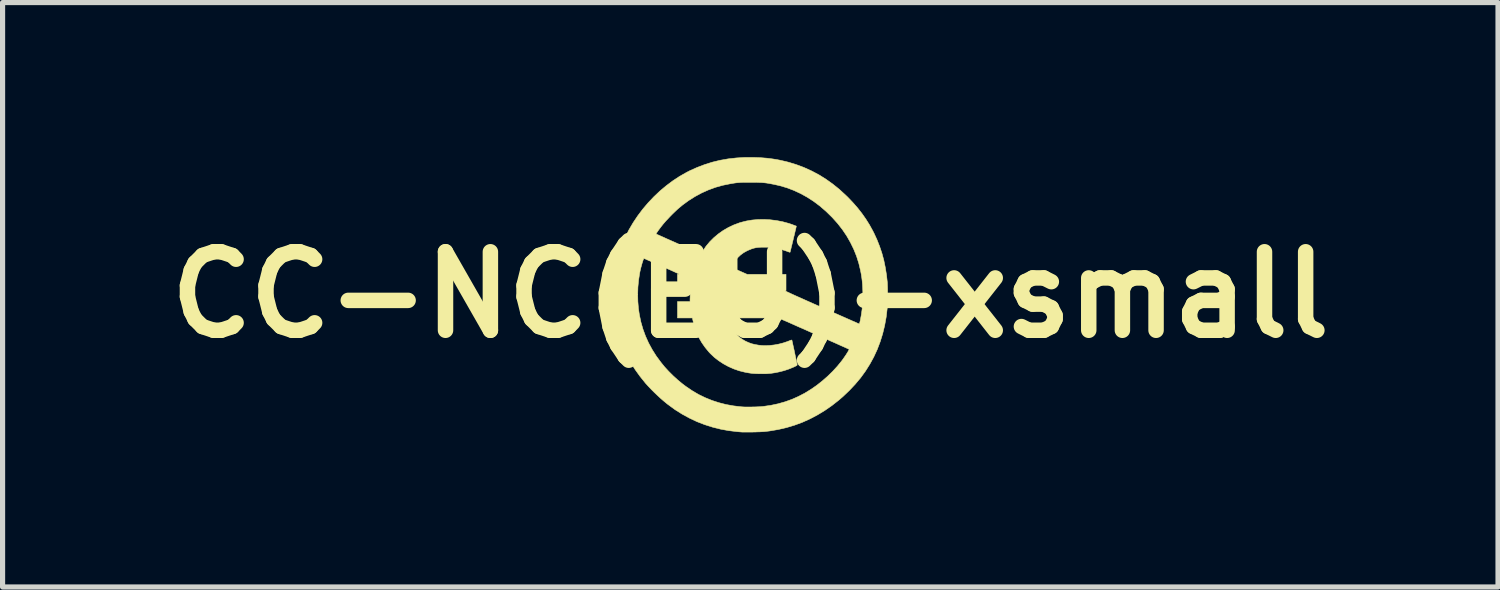
<source format=kicad_pcb>
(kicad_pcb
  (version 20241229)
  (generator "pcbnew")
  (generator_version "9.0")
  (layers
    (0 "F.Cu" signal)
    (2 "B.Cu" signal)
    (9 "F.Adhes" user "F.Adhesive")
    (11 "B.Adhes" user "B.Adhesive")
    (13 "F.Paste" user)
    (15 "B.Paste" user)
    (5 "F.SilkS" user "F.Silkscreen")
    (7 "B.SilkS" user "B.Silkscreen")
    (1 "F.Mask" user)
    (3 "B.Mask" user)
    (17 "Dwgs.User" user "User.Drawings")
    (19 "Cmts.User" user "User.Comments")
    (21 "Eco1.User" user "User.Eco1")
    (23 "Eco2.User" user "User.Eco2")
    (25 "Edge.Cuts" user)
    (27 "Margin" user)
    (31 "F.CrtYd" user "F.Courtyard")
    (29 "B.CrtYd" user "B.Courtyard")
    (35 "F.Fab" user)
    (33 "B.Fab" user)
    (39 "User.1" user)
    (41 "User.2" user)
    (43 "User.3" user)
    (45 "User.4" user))
  (footprint "CC-NC(EU)-xsmall"
    (layer "F.Cu")
    (at 11.51 2.67)
    (property "Reference" "CC-NC(EU)-xsmall" (at 0 0 0) (layer "F.SilkS") (effects (font (size 1.524 1.524) (thickness 0.3))))
    (attr through_hole)
    (fp_poly (pts (xy 0.197 -2.66) (xy 0.325 -2.65) (xy 0.448 -2.634) (xy 0.568 -2.613) (xy 0.686 -2.586) (xy 0.742 -2.572) (xy 0.897 -2.524) (xy 1.046 -2.468) (xy 1.191 -2.402) (xy 1.331 -2.328) (xy 1.466 -2.244) (xy 1.598 -2.15) (xy 1.726 -2.047) (xy 1.85 -1.933) (xy 1.89 -1.895) (xy 1.99 -1.79) (xy 2.082 -1.685) (xy 2.165 -1.579) (xy 2.241 -1.471) (xy 2.312 -1.358) (xy 2.377 -1.24) (xy 2.4 -1.195) (xy 2.458 -1.069) (xy 2.509 -0.94) (xy 2.553 -0.809) (xy 2.59 -0.674) (xy 2.619 -0.533) (xy 2.643 -0.385) (xy 2.657 -0.259) (xy 2.66 -0.23) (xy 2.661 -0.191) (xy 2.663 -0.146) (xy 2.664 -0.096) (xy 2.664 -0.042) (xy 2.664 0.013) (xy 2.664 0.068) (xy 2.663 0.121) (xy 2.662 0.169) (xy 2.661 0.212) (xy 2.659 0.248) (xy 2.657 0.262) (xy 2.637 0.432) (xy 2.607 0.598) (xy 2.568 0.758) (xy 2.52 0.912) (xy 2.463 1.062) (xy 2.396 1.207) (xy 2.32 1.346) (xy 2.235 1.481) (xy 2.14 1.612) (xy 2.035 1.737) (xy 1.921 1.858) (xy 1.798 1.975) (xy 1.717 2.045) (xy 1.582 2.151) (xy 1.445 2.246) (xy 1.303 2.332) (xy 1.159 2.408) (xy 1.01 2.475) (xy 0.858 2.531) (xy 0.702 2.578) (xy 0.541 2.615) (xy 0.376 2.643) (xy 0.283 2.654) (xy 0.26 2.656) (xy 0.228 2.658) (xy 0.19 2.66) (xy 0.148 2.661) (xy 0.102 2.663) (xy 0.054 2.664) (xy 0.007 2.665) (xy -0.038 2.665) (xy -0.079 2.665) (xy -0.115 2.665) (xy -0.143 2.665) (xy -0.163 2.664) (xy -0.164 2.664) (xy -0.179 2.663) (xy -0.201 2.661) (xy -0.227 2.659) (xy -0.256 2.656) (xy -0.257 2.656) (xy -0.417 2.637) (xy -0.576 2.608) (xy -0.732 2.569) (xy -0.886 2.52) (xy -1.036 2.462) (xy -1.182 2.393) (xy -1.323 2.316) (xy -1.46 2.23) (xy -1.591 2.134) (xy -1.611 2.119) (xy -1.672 2.069) (xy -1.736 2.014) (xy -1.8 1.955) (xy -1.863 1.895) (xy -1.923 1.835) (xy -1.979 1.776) (xy -2.028 1.722) (xy -2.039 1.709) (xy -2.141 1.582) (xy -2.233 1.454) (xy -2.315 1.325) (xy -2.388 1.193) (xy -2.452 1.059) (xy -2.508 0.92) (xy -2.53 0.858) (xy -2.576 0.709) (xy -2.612 0.558) (xy -2.639 0.403) (xy -2.657 0.245) (xy -2.665 0.082) (xy -2.665 -0.009) (xy -2.185 -0.009) (xy -2.182 0.129) (xy -2.171 0.265) (xy -2.153 0.386) (xy -2.123 0.529) (xy -2.083 0.668) (xy -2.033 0.804) (xy -1.974 0.935) (xy -1.904 1.064) (xy -1.825 1.189) (xy -1.735 1.311) (xy -1.663 1.4) (xy -1.585 1.485) (xy -1.501 1.569) (xy -1.412 1.65) (xy -1.322 1.725) (xy -1.249 1.78) (xy -1.128 1.862) (xy -1.004 1.935) (xy -0.876 1.997) (xy -0.746 2.05) (xy -0.611 2.094) (xy -0.471 2.13) (xy -0.326 2.156) (xy -0.175 2.174) (xy -0.159 2.175) (xy -0.129 2.177) (xy -0.09 2.178) (xy -0.046 2.178) (xy 0.003 2.178) (xy 0.053 2.177) (xy 0.103 2.176) (xy 0.151 2.174) (xy 0.194 2.172) (xy 0.23 2.169) (xy 0.249 2.167) (xy 0.397 2.146) (xy 0.538 2.116) (xy 0.675 2.077) (xy 0.807 2.03) (xy 0.935 1.973) (xy 1.061 1.907) (xy 1.183 1.832) (xy 1.292 1.756) (xy 1.399 1.671) (xy 1.502 1.581) (xy 1.6 1.485) (xy 1.691 1.386) (xy 1.773 1.285) (xy 1.79 1.262) (xy 1.811 1.233) (xy 1.832 1.202) (xy 1.853 1.172) (xy 1.872 1.142) (xy 1.889 1.115) (xy 1.902 1.092) (xy 1.912 1.074) (xy 1.917 1.062) (xy 1.917 1.058) (xy 1.912 1.055) (xy 1.897 1.048) (xy 1.874 1.038) (xy 1.842 1.023) (xy 1.801 1.005) (xy 1.753 0.984) (xy 1.698 0.959) (xy 1.636 0.931) (xy 1.567 0.901) (xy 1.492 0.867) (xy 1.412 0.832) (xy 1.325 0.793) (xy 1.234 0.753) (xy 1.139 0.711) (xy 1.039 0.666) (xy 0.935 0.621) (xy 0.828 0.573) (xy 0.718 0.524) (xy 0.643 0.492) (xy 0.549 0.45) (xy -0.425 0.45) (xy -0.421 0.468) (xy -0.416 0.49) (xy -0.407 0.518) (xy -0.396 0.55) (xy -0.384 0.582) (xy -0.372 0.611) (xy -0.365 0.627) (xy -0.326 0.696) (xy -0.279 0.758) (xy -0.224 0.813) (xy -0.162 0.861) (xy -0.092 0.902) (xy -0.087 0.904) (xy -0.029 0.93) (xy 0.03 0.951) (xy 0.093 0.966) (xy 0.161 0.978) (xy 0.225 0.985) (xy 0.301 0.987) (xy 0.383 0.983) (xy 0.469 0.973) (xy 0.555 0.957) (xy 0.64 0.935) (xy 0.721 0.908) (xy 0.756 0.894) (xy 0.781 0.884) (xy 0.798 0.879) (xy 0.806 0.879) (xy 0.807 0.88) (xy 0.809 0.887) (xy 0.812 0.903) (xy 0.818 0.927) (xy 0.824 0.957) (xy 0.832 0.993) (xy 0.841 1.032) (xy 0.85 1.074) (xy 0.859 1.117) (xy 0.868 1.161) (xy 0.877 1.203) (xy 0.886 1.243) (xy 0.893 1.279) (xy 0.9 1.31) (xy 0.905 1.335) (xy 0.908 1.353) (xy 0.91 1.362) (xy 0.91 1.362) (xy 0.905 1.369) (xy 0.892 1.378) (xy 0.871 1.389) (xy 0.844 1.402) (xy 0.812 1.415) (xy 0.777 1.43) (xy 0.74 1.444) (xy 0.702 1.457) (xy 0.665 1.469) (xy 0.649 1.474) (xy 0.563 1.496) (xy 0.481 1.513) (xy 0.398 1.525) (xy 0.314 1.532) (xy 0.223 1.533) (xy 0.177 1.533) (xy 0.124 1.531) (xy 0.079 1.529) (xy 0.038 1.526) (xy 0.00002 1.521) (xy -0.039 1.515) (xy -0.082 1.507) (xy -0.108 1.502) (xy -0.216 1.475) (xy -0.322 1.438) (xy -0.424 1.393) (xy -0.521 1.34) (xy -0.613 1.28) (xy -0.699 1.213) (xy -0.776 1.14) (xy -0.803 1.111) (xy -0.877 1.021) (xy -0.942 0.928) (xy -0.998 0.831) (xy -1.044 0.729) (xy -1.082 0.622) (xy -1.111 0.508) (xy -1.117 0.48) (xy -1.123 0.45) (xy -1.413 0.45) (xy -1.413 0.132) (xy -1.169 0.132) (xy -1.169 0.102) (xy -1.169 0.085) (xy -1.168 0.061) (xy -1.167 0.032) (xy -1.166 0.002) (xy -1.166 -0.004) (xy -1.163 -0.079) (xy -1.413 -0.079) (xy -1.413 -0.396) (xy -1.391 -0.398) (xy -1.387 -0.399) (xy -1.386 -0.4) (xy -1.388 -0.402) (xy -1.393 -0.406) (xy -1.403 -0.411) (xy -1.417 -0.419) (xy -1.437 -0.428) (xy -1.463 -0.44) (xy -1.495 -0.455) (xy -1.535 -0.473) (xy -1.582 -0.494) (xy -1.638 -0.518) (xy -1.703 -0.547) (xy -1.712 -0.551) (xy -1.769 -0.576) (xy -1.823 -0.6) (xy -1.874 -0.623) (xy -1.92 -0.643) (xy -1.961 -0.661) (xy -1.997 -0.676) (xy -2.025 -0.689) (xy -2.046 -0.698) (xy -2.059 -0.703) (xy -2.063 -0.705) (xy -2.068 -0.701) (xy -2.074 -0.688) (xy -2.082 -0.667) (xy -2.091 -0.639) (xy -2.101 -0.607) (xy -2.111 -0.57) (xy -2.122 -0.531) (xy -2.132 -0.49) (xy -2.141 -0.45) (xy -2.148 -0.413) (xy -2.168 -0.282) (xy -2.181 -0.147) (xy -2.185 -0.009) (xy -2.665 -0.009) (xy -2.665 -0.061) (xy -2.659 -0.215) (xy -2.645 -0.362) (xy -2.623 -0.504) (xy -2.594 -0.642) (xy -2.557 -0.779) (xy -2.511 -0.915) (xy -2.489 -0.974) (xy -2.427 -1.118) (xy -2.395 -1.18) (xy -1.827 -1.18) (xy -1.822 -1.177) (xy -1.808 -1.17) (xy -1.785 -1.16) (xy -1.756 -1.147) (xy -1.72 -1.131) (xy -1.679 -1.113) (xy -1.634 -1.092) (xy -1.584 -1.07) (xy -1.532 -1.047) (xy -1.477 -1.023) (xy -1.422 -0.998) (xy -1.365 -0.973) (xy -1.309 -0.949) (xy -1.255 -0.925) (xy -1.202 -0.902) (xy -1.153 -0.88) (xy -1.107 -0.86) (xy -1.065 -0.842) (xy -1.029 -0.826) (xy -0.999 -0.813) (xy -0.977 -0.803) (xy -0.962 -0.797) (xy -0.956 -0.795) (xy -0.955 -0.795) (xy -0.952 -0.8) (xy -0.945 -0.812) (xy -0.934 -0.829) (xy -0.923 -0.846) (xy -0.86 -0.94) (xy -0.788 -1.027) (xy -0.708 -1.107) (xy -0.621 -1.18) (xy -0.528 -1.246) (xy -0.428 -1.304) (xy -0.323 -1.354) (xy -0.213 -1.395) (xy -0.184 -1.404) (xy -0.078 -1.431) (xy 0.034 -1.45) (xy 0.15 -1.46) (xy 0.269 -1.462) (xy 0.388 -1.455) (xy 0.509 -1.44) (xy 0.628 -1.417) (xy 0.735 -1.388) (xy 0.756 -1.382) (xy 0.782 -1.373) (xy 0.808 -1.364) (xy 0.835 -1.354) (xy 0.858 -1.345) (xy 0.877 -1.338) (xy 0.89 -1.333) (xy 0.893 -1.331) (xy 0.892 -1.326) (xy 0.889 -1.311) (xy 0.884 -1.289) (xy 0.877 -1.261) (xy 0.869 -1.226) (xy 0.86 -1.188) (xy 0.85 -1.146) (xy 0.839 -1.103) (xy 0.829 -1.059) (xy 0.818 -1.015) (xy 0.808 -0.973) (xy 0.798 -0.934) (xy 0.79 -0.899) (xy 0.783 -0.87) (xy 0.777 -0.846) (xy 0.773 -0.831) (xy 0.771 -0.825) (xy 0.766 -0.825) (xy 0.753 -0.829) (xy 0.735 -0.835) (xy 0.722 -0.84) (xy 0.665 -0.86) (xy 0.6 -0.879) (xy 0.533 -0.896) (xy 0.477 -0.909) (xy 0.452 -0.913) (xy 0.43 -0.917) (xy 0.408 -0.919) (xy 0.386 -0.921) (xy 0.359 -0.922) (xy 0.327 -0.923) (xy 0.286 -0.923) (xy 0.283 -0.923) (xy 0.233 -0.923) (xy 0.192 -0.922) (xy 0.156 -0.919) (xy 0.125 -0.916) (xy 0.095 -0.91) (xy 0.065 -0.903) (xy 0.033 -0.893) (xy 0.019 -0.888) (xy -0.056 -0.857) (xy -0.127 -0.818) (xy -0.191 -0.771) (xy -0.249 -0.716) (xy -0.299 -0.654) (xy -0.341 -0.586) (xy -0.351 -0.568) (xy -0.359 -0.551) (xy -0.363 -0.538) (xy -0.365 -0.532) (xy -0.364 -0.532) (xy -0.359 -0.529) (xy -0.345 -0.523) (xy -0.324 -0.513) (xy -0.297 -0.501) (xy -0.265 -0.486) (xy -0.229 -0.47) (xy -0.212 -0.463) (xy -0.063 -0.397) (xy 0.693 -0.397) (xy 0.693 -0.08) (xy 0.676 -0.078) (xy 0.676 -0.077) (xy 0.68 -0.074) (xy 0.688 -0.07) (xy 0.702 -0.063) (xy 0.721 -0.053) (xy 0.746 -0.042) (xy 0.777 -0.027) (xy 0.814 -0.01) (xy 0.858 0.01) (xy 0.909 0.033) (xy 0.968 0.059) (xy 1.035 0.089) (xy 1.11 0.123) (xy 1.194 0.16) (xy 1.286 0.201) (xy 1.384 0.244) (xy 1.467 0.281) (xy 1.548 0.317) (xy 1.625 0.351) (xy 1.698 0.383) (xy 1.768 0.414) (xy 1.832 0.442) (xy 1.892 0.469) (xy 1.945 0.492) (xy 1.992 0.513) (xy 2.033 0.53) (xy 2.065 0.545) (xy 2.09 0.556) (xy 2.107 0.563) (xy 2.114 0.566) (xy 2.114 0.566) (xy 2.117 0.561) (xy 2.122 0.548) (xy 2.127 0.528) (xy 2.133 0.504) (xy 2.134 0.499) (xy 2.155 0.387) (xy 2.17 0.279) (xy 2.18 0.171) (xy 2.184 0.061) (xy 2.184 -0.056) (xy 2.181 -0.134) (xy 2.177 -0.204) (xy 2.171 -0.27) (xy 2.163 -0.334) (xy 2.153 -0.399) (xy 2.14 -0.466) (xy 2.106 -0.609) (xy 2.062 -0.748) (xy 2.008 -0.883) (xy 1.944 -1.014) (xy 1.871 -1.142) (xy 1.788 -1.265) (xy 1.695 -1.384) (xy 1.592 -1.499) (xy 1.48 -1.609) (xy 1.465 -1.623) (xy 1.349 -1.723) (xy 1.229 -1.813) (xy 1.105 -1.893) (xy 0.979 -1.963) (xy 0.848 -2.024) (xy 0.714 -2.075) (xy 0.575 -2.116) (xy 0.46 -2.142) (xy 0.408 -2.152) (xy 0.36 -2.161) (xy 0.316 -2.168) (xy 0.273 -2.173) (xy 0.229 -2.177) (xy 0.182 -2.179) (xy 0.131 -2.181) (xy 0.073 -2.182) (xy 0.007 -2.182) (xy 0.003 -2.182) (xy -0.055 -2.182) (xy -0.104 -2.182) (xy -0.146 -2.181) (xy -0.183 -2.18) (xy -0.217 -2.177) (xy -0.249 -2.175) (xy -0.283 -2.171) (xy -0.318 -2.166) (xy -0.358 -2.159) (xy -0.394 -2.153) (xy -0.537 -2.124) (xy -0.676 -2.085) (xy -0.812 -2.035) (xy -0.944 -1.976) (xy -1.072 -1.907) (xy -1.196 -1.829) (xy -1.316 -1.741) (xy -1.406 -1.666) (xy -1.439 -1.635) (xy -1.477 -1.599) (xy -1.518 -1.559) (xy -1.56 -1.516) (xy -1.6 -1.473) (xy -1.638 -1.433) (xy -1.67 -1.396) (xy -1.684 -1.38) (xy -1.708 -1.35) (xy -1.732 -1.32) (xy -1.755 -1.289) (xy -1.776 -1.261) (xy -1.795 -1.234) (xy -1.81 -1.212) (xy -1.821 -1.195) (xy -1.827 -1.183) (xy -1.827 -1.18) (xy -2.395 -1.18) (xy -2.355 -1.26) (xy -2.274 -1.398) (xy -2.185 -1.531) (xy -2.088 -1.66) (xy -1.983 -1.784) (xy -1.872 -1.901) (xy -1.755 -2.012) (xy -1.632 -2.115) (xy -1.504 -2.211) (xy -1.372 -2.298) (xy -1.236 -2.375) (xy -1.172 -2.408) (xy -1.029 -2.472) (xy -0.884 -2.527) (xy -0.737 -2.573) (xy -0.585 -2.61) (xy -0.431 -2.637) (xy -0.271 -2.655) (xy -0.107 -2.665) (xy 0.061 -2.665) (xy 0.197 -2.66)) (stroke (width 0.01) (type solid)) (fill yes) (layer "F.SilkS")))
  (gr_rect
    (start -3 -3)
    (end 26.02 8.341)
    (stroke (width 0.1) (type default))
    (fill no)
    (layer "Edge.Cuts")))
</source>
